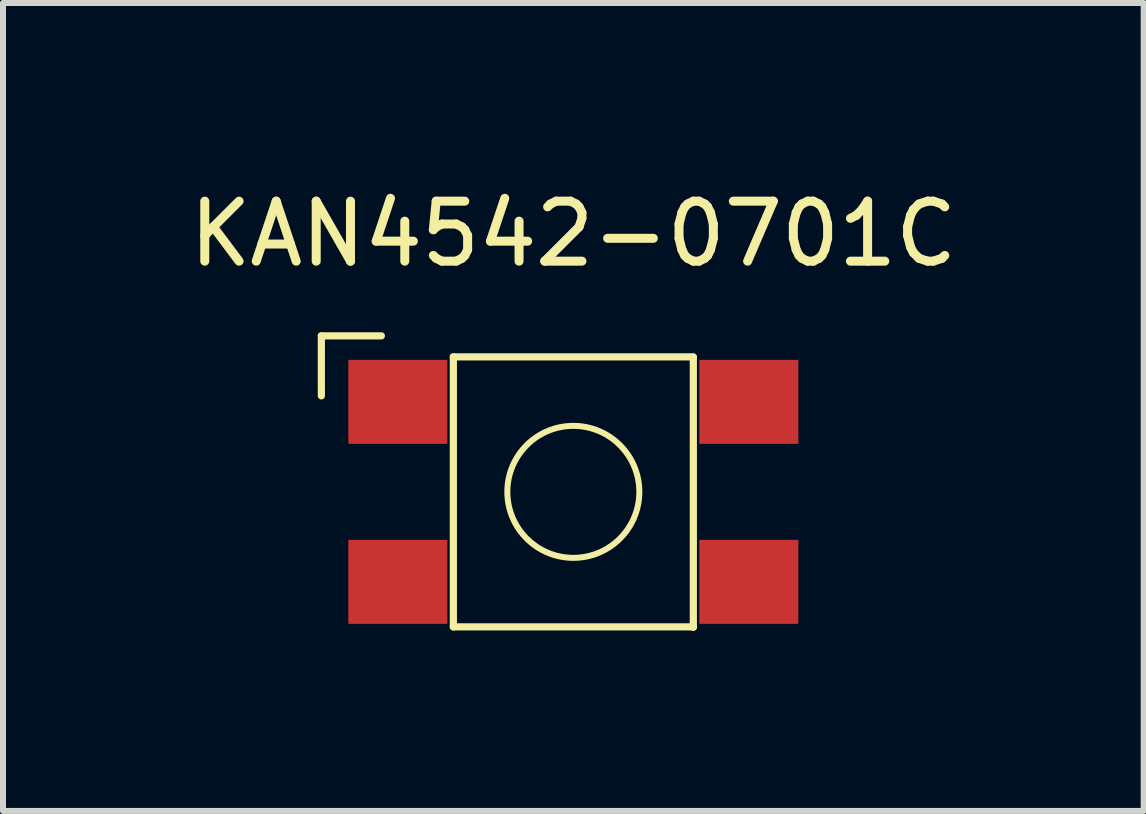
<source format=kicad_pcb>
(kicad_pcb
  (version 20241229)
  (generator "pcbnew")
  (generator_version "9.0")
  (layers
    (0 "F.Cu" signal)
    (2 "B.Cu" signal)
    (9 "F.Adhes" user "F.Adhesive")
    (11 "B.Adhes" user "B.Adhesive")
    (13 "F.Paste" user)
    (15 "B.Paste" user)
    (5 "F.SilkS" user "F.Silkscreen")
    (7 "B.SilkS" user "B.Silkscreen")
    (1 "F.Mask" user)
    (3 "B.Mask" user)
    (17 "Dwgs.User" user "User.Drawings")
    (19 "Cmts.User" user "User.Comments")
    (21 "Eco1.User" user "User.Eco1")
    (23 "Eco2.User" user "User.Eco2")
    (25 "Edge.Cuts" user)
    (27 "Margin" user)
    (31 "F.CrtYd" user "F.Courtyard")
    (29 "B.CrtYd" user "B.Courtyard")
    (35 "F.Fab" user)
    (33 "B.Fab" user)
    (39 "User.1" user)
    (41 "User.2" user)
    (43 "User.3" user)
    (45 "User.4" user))
  (footprint "KAN4542-0701C"
    (layer "F.Cu")
    (at 6.506 5.148)
    (property "Reference" "KAN4542-0701C" (at 0 -4.3 0) (layer "F.SilkS") (effects (font (size 1 1) (thickness 0.15))))
    (attr smd)
    (fp_line (start -4.2 -2.6) (end -3.2 -2.6) (stroke (width 0.12) (type solid)) (layer "F.SilkS"))
    (fp_line (start -4.2 -1.6) (end -4.2 -2.6) (stroke (width 0.12) (type solid)) (layer "F.SilkS"))
    (fp_line (start -2 -2.25) (end 2 -2.25) (stroke (width 0.12) (type solid)) (layer "F.SilkS"))
    (fp_line (start -2 2.25) (end -2 -2.25) (stroke (width 0.12) (type solid)) (layer "F.SilkS"))
    (fp_line (start 2 -2.242) (end 2 2.258) (stroke (width 0.12) (type solid)) (layer "F.SilkS"))
    (fp_line (start 2 2.25) (end -2 2.25) (stroke (width 0.12) (type solid)) (layer "F.SilkS"))
    (fp_circle (center 0 0) (end 1.1 0) (stroke (width 0.1) (type solid)) (fill no) (layer "F.SilkS"))
    (pad "1" smd rect (at -2.925 -1.5 180) (size 1.65 1.4) (layers "F.Cu" "F.Mask" "F.Paste"))
    (pad "2" smd rect (at 2.925 -1.5 180) (size 1.65 1.4) (layers "F.Cu" "F.Mask" "F.Paste"))
    (pad "3" smd rect (at -2.925 1.5 180) (size 1.65 1.4) (layers "F.Cu" "F.Mask" "F.Paste"))
    (pad "4" smd rect (at 2.925 1.5 180) (size 1.65 1.4) (layers "F.Cu" "F.Mask" "F.Paste")))
  (gr_rect
    (start -3 -3)
    (end 16.012 10.466)
    (stroke (width 0.1) (type default))
    (fill no)
    (layer "Edge.Cuts")))
</source>
